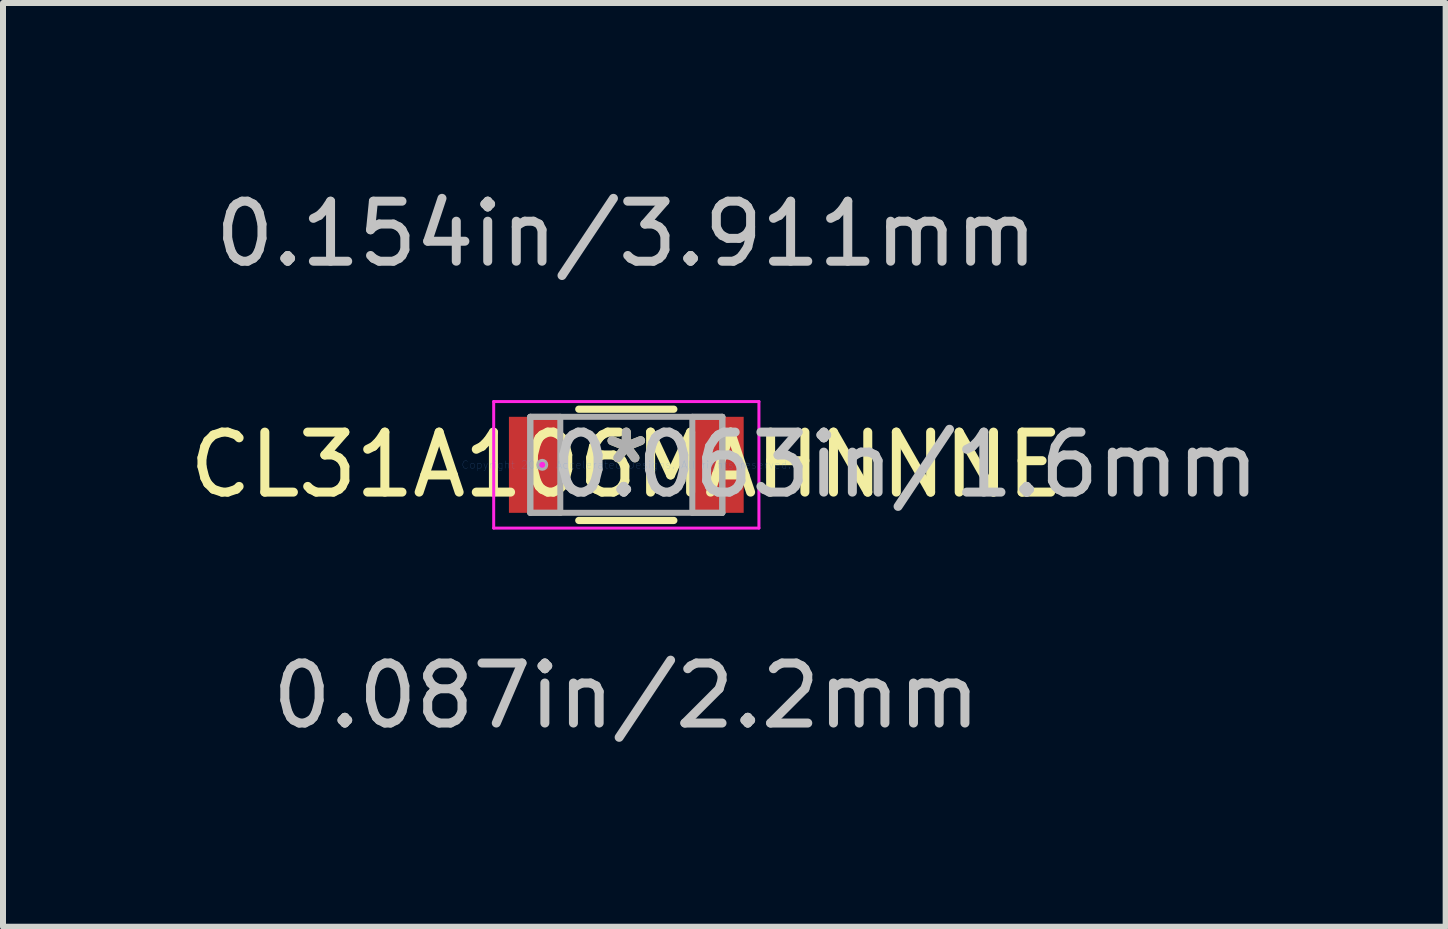
<source format=kicad_pcb>
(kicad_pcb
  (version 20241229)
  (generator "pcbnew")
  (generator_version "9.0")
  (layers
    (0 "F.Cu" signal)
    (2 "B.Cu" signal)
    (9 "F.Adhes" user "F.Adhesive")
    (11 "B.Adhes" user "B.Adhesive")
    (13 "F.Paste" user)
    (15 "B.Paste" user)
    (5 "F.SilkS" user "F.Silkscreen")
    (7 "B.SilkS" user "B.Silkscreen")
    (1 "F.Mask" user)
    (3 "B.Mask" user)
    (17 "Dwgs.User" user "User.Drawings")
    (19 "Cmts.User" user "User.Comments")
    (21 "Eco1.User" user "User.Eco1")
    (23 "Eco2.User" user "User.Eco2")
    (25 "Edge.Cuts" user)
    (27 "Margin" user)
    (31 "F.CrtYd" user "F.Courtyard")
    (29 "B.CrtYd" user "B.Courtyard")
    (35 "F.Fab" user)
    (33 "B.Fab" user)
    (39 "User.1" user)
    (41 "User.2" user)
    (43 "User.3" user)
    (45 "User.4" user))
  (footprint "CL31A106MAHNNNE"
    (layer "F.Cu")
    (at 7.387 4.696)
    (property "Reference" "CL31A106MAHNNNE" (at 0 0 0) (layer "F.SilkS") (effects (font (size 1 1) (thickness 0.15))))
    (attr through_hole)
    (fp_line (start -0.792 0.927) (end 0.792 0.927) (stroke (width 0.12) (type solid)) (layer "F.SilkS"))
    (fp_line (start 0.792 -0.927) (end -0.792 -0.927) (stroke (width 0.12) (type solid)) (layer "F.SilkS"))
    (fp_line (start -2.21 -1.054) (end 2.21 -1.054) (stroke (width 0.05) (type solid)) (layer "F.CrtYd"))
    (fp_line (start -2.21 1.054) (end -2.21 -1.054) (stroke (width 0.05) (type solid)) (layer "F.CrtYd"))
    (fp_line (start 2.21 -1.054) (end 2.21 1.054) (stroke (width 0.05) (type solid)) (layer "F.CrtYd"))
    (fp_line (start 2.21 1.054) (end -2.21 1.054) (stroke (width 0.05) (type solid)) (layer "F.CrtYd"))
    (fp_circle (center -1.401 0) (end -1.401 0) (stroke (width 0.05) (type solid)) (fill no) (layer "F.CrtYd"))
    (fp_line (start -1.6 -0.8) (end -1.6 0.8) (stroke (width 0.1) (type solid)) (layer "F.Fab"))
    (fp_line (start -1.6 -0.8) (end -1.6 0.8) (stroke (width 0.1) (type solid)) (layer "F.Fab"))
    (fp_line (start -1.6 0.8) (end -1.1 0.8) (stroke (width 0.1) (type solid)) (layer "F.Fab"))
    (fp_line (start -1.6 0.8) (end 1.6 0.8) (stroke (width 0.1) (type solid)) (layer "F.Fab"))
    (fp_line (start -1.1 -0.8) (end -1.6 -0.8) (stroke (width 0.1) (type solid)) (layer "F.Fab"))
    (fp_line (start -1.1 0.8) (end -1.1 -0.8) (stroke (width 0.1) (type solid)) (layer "F.Fab"))
    (fp_line (start 1.1 -0.8) (end 1.1 0.8) (stroke (width 0.1) (type solid)) (layer "F.Fab"))
    (fp_line (start 1.1 0.8) (end 1.6 0.8) (stroke (width 0.1) (type solid)) (layer "F.Fab"))
    (fp_line (start 1.6 -0.8) (end -1.6 -0.8) (stroke (width 0.1) (type solid)) (layer "F.Fab"))
    (fp_line (start 1.6 -0.8) (end 1.1 -0.8) (stroke (width 0.1) (type solid)) (layer "F.Fab"))
    (fp_line (start 1.6 0.8) (end 1.6 -0.8) (stroke (width 0.1) (type solid)) (layer "F.Fab"))
    (fp_line (start 1.6 0.8) (end 1.6 -0.8) (stroke (width 0.1) (type solid)) (layer "F.Fab"))
    (fp_circle (center -1.401 0) (end -1.401 0) (stroke (width 0.1) (type solid)) (fill no) (layer "F.Fab"))
    (fp_text user "*" (at 0 0 0) (layer "F.SilkS") (effects (font (size 1 1) (thickness 0.15))))
    (fp_text user "0.063in/1.6mm" (at 4.648 0 0) (layer "Dwgs.User") (effects (font (size 1 1) (thickness 0.15))))
    (fp_text user "0.154in/3.911mm" (at 0 -3.848 0) (layer "Dwgs.User") (effects (font (size 1 1) (thickness 0.15))))
    (fp_text user "0.087in/2.2mm" (at 0 3.848 0) (layer "Dwgs.User") (effects (font (size 1 1) (thickness 0.15))))
    (fp_text user "Copyright 2021 Accelerated Designs. All rights reserved." (at 0 0 0) (layer "Cmts.User") (effects (font (size 0.127 0.127) (thickness 0.002))))
    (fp_text user "*" (at 0 0 0) (layer "F.Fab") (effects (font (size 1 1) (thickness 0.15))))
    (pad "1" smd rect (at -1.528 0) (size 0.856 1.6) (layers "F.Cu" "F.Mask" "F.Paste"))
    (pad "2" smd rect (at 1.528 0) (size 0.856 1.6) (layers "F.Cu" "F.Mask" "F.Paste")))
  (gr_rect
    (start -3 -3)
    (end 21.041 12.393)
    (stroke (width 0.1) (type default))
    (fill no)
    (layer "Edge.Cuts")))
</source>
